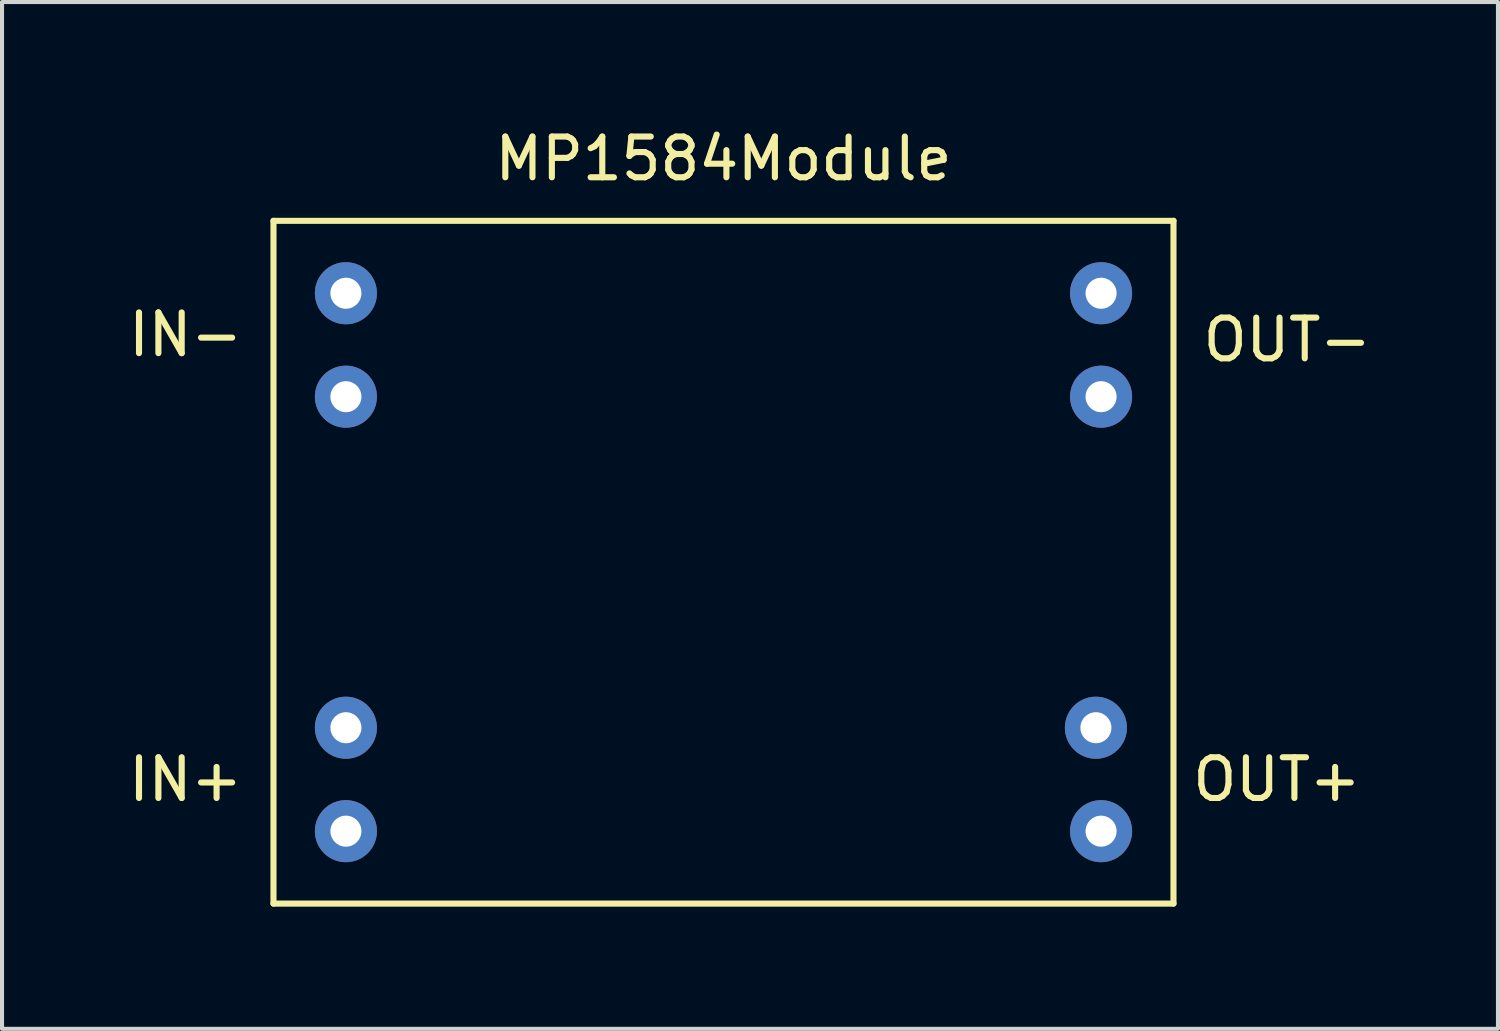
<source format=kicad_pcb>
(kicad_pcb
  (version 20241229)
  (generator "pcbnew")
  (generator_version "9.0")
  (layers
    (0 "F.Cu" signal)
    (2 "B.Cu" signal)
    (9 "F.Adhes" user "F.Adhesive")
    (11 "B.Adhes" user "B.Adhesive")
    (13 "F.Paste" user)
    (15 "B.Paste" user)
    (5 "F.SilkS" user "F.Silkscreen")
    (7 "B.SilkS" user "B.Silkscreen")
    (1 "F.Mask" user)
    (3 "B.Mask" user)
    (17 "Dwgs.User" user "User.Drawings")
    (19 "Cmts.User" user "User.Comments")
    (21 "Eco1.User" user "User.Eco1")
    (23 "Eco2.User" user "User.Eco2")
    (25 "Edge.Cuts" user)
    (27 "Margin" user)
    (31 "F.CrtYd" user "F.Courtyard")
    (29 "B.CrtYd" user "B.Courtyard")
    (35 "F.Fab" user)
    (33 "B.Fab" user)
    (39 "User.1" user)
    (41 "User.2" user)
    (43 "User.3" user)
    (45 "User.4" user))
  (footprint "MP1584Module"
    (layer "F.Cu")
    (at 14.714 10.754)
    (property "Reference" "MP1584Module" (at 0 -9.906 0) (layer "F.SilkS") (effects (font (size 1 1) (thickness 0.15))))
    (attr through_hole)
    (fp_line (start -11.049 -8.382) (end -11.049 8.382) (stroke (width 0.15) (type solid)) (layer "F.SilkS"))
    (fp_line (start -11.049 8.382) (end 11.049 8.382) (stroke (width 0.15) (type solid)) (layer "F.SilkS"))
    (fp_line (start 11.049 -8.382) (end -11.049 -8.382) (stroke (width 0.15) (type solid)) (layer "F.SilkS"))
    (fp_line (start 11.049 8.382) (end 11.049 -8.382) (stroke (width 0.15) (type solid)) (layer "F.SilkS"))
    (fp_text user "IN-" (at -13.208 -5.588 0) (layer "F.SilkS") (effects (font (size 1 1) (thickness 0.15))))
    (fp_text user "OUT+" (at 13.589 5.334 0) (layer "F.SilkS") (effects (font (size 1 1) (thickness 0.15))))
    (fp_text user "OUT-" (at 13.843 -5.461 0) (layer "F.SilkS") (effects (font (size 1 1) (thickness 0.15))))
    (fp_text user "IN+" (at -13.208 5.334 0) (layer "F.SilkS") (effects (font (size 1 1) (thickness 0.15))))
    (pad "1" thru_hole circle (at -9.271 6.604) (size 1.524 1.524) (drill 0.762) (layers "*.Cu" "*.Mask"))
    (pad "2" thru_hole circle (at -9.271 4.064) (size 1.524 1.524) (drill 0.762) (layers "*.Cu" "*.Mask"))
    (pad "3" thru_hole circle (at -9.271 -4.064) (size 1.524 1.524) (drill 0.762) (layers "*.Cu" "*.Mask"))
    (pad "4" thru_hole circle (at -9.271 -6.604) (size 1.524 1.524) (drill 0.762) (layers "*.Cu" "*.Mask"))
    (pad "5" thru_hole circle (at 9.271 6.604) (size 1.524 1.524) (drill 0.762) (layers "*.Cu" "*.Mask"))
    (pad "6" thru_hole circle (at 9.144 4.064) (size 1.524 1.524) (drill 0.762) (layers "*.Cu" "*.Mask"))
    (pad "7" thru_hole circle (at 9.271 -4.064) (size 1.524 1.524) (drill 0.762) (layers "*.Cu" "*.Mask"))
    (pad "8" thru_hole circle (at 9.271 -6.604) (size 1.524 1.524) (drill 0.762) (layers "*.Cu" "*.Mask")))
  (gr_rect
    (start -3 -3)
    (end 33.73 22.211)
    (stroke (width 0.1) (type default))
    (fill no)
    (layer "Edge.Cuts")))
</source>
